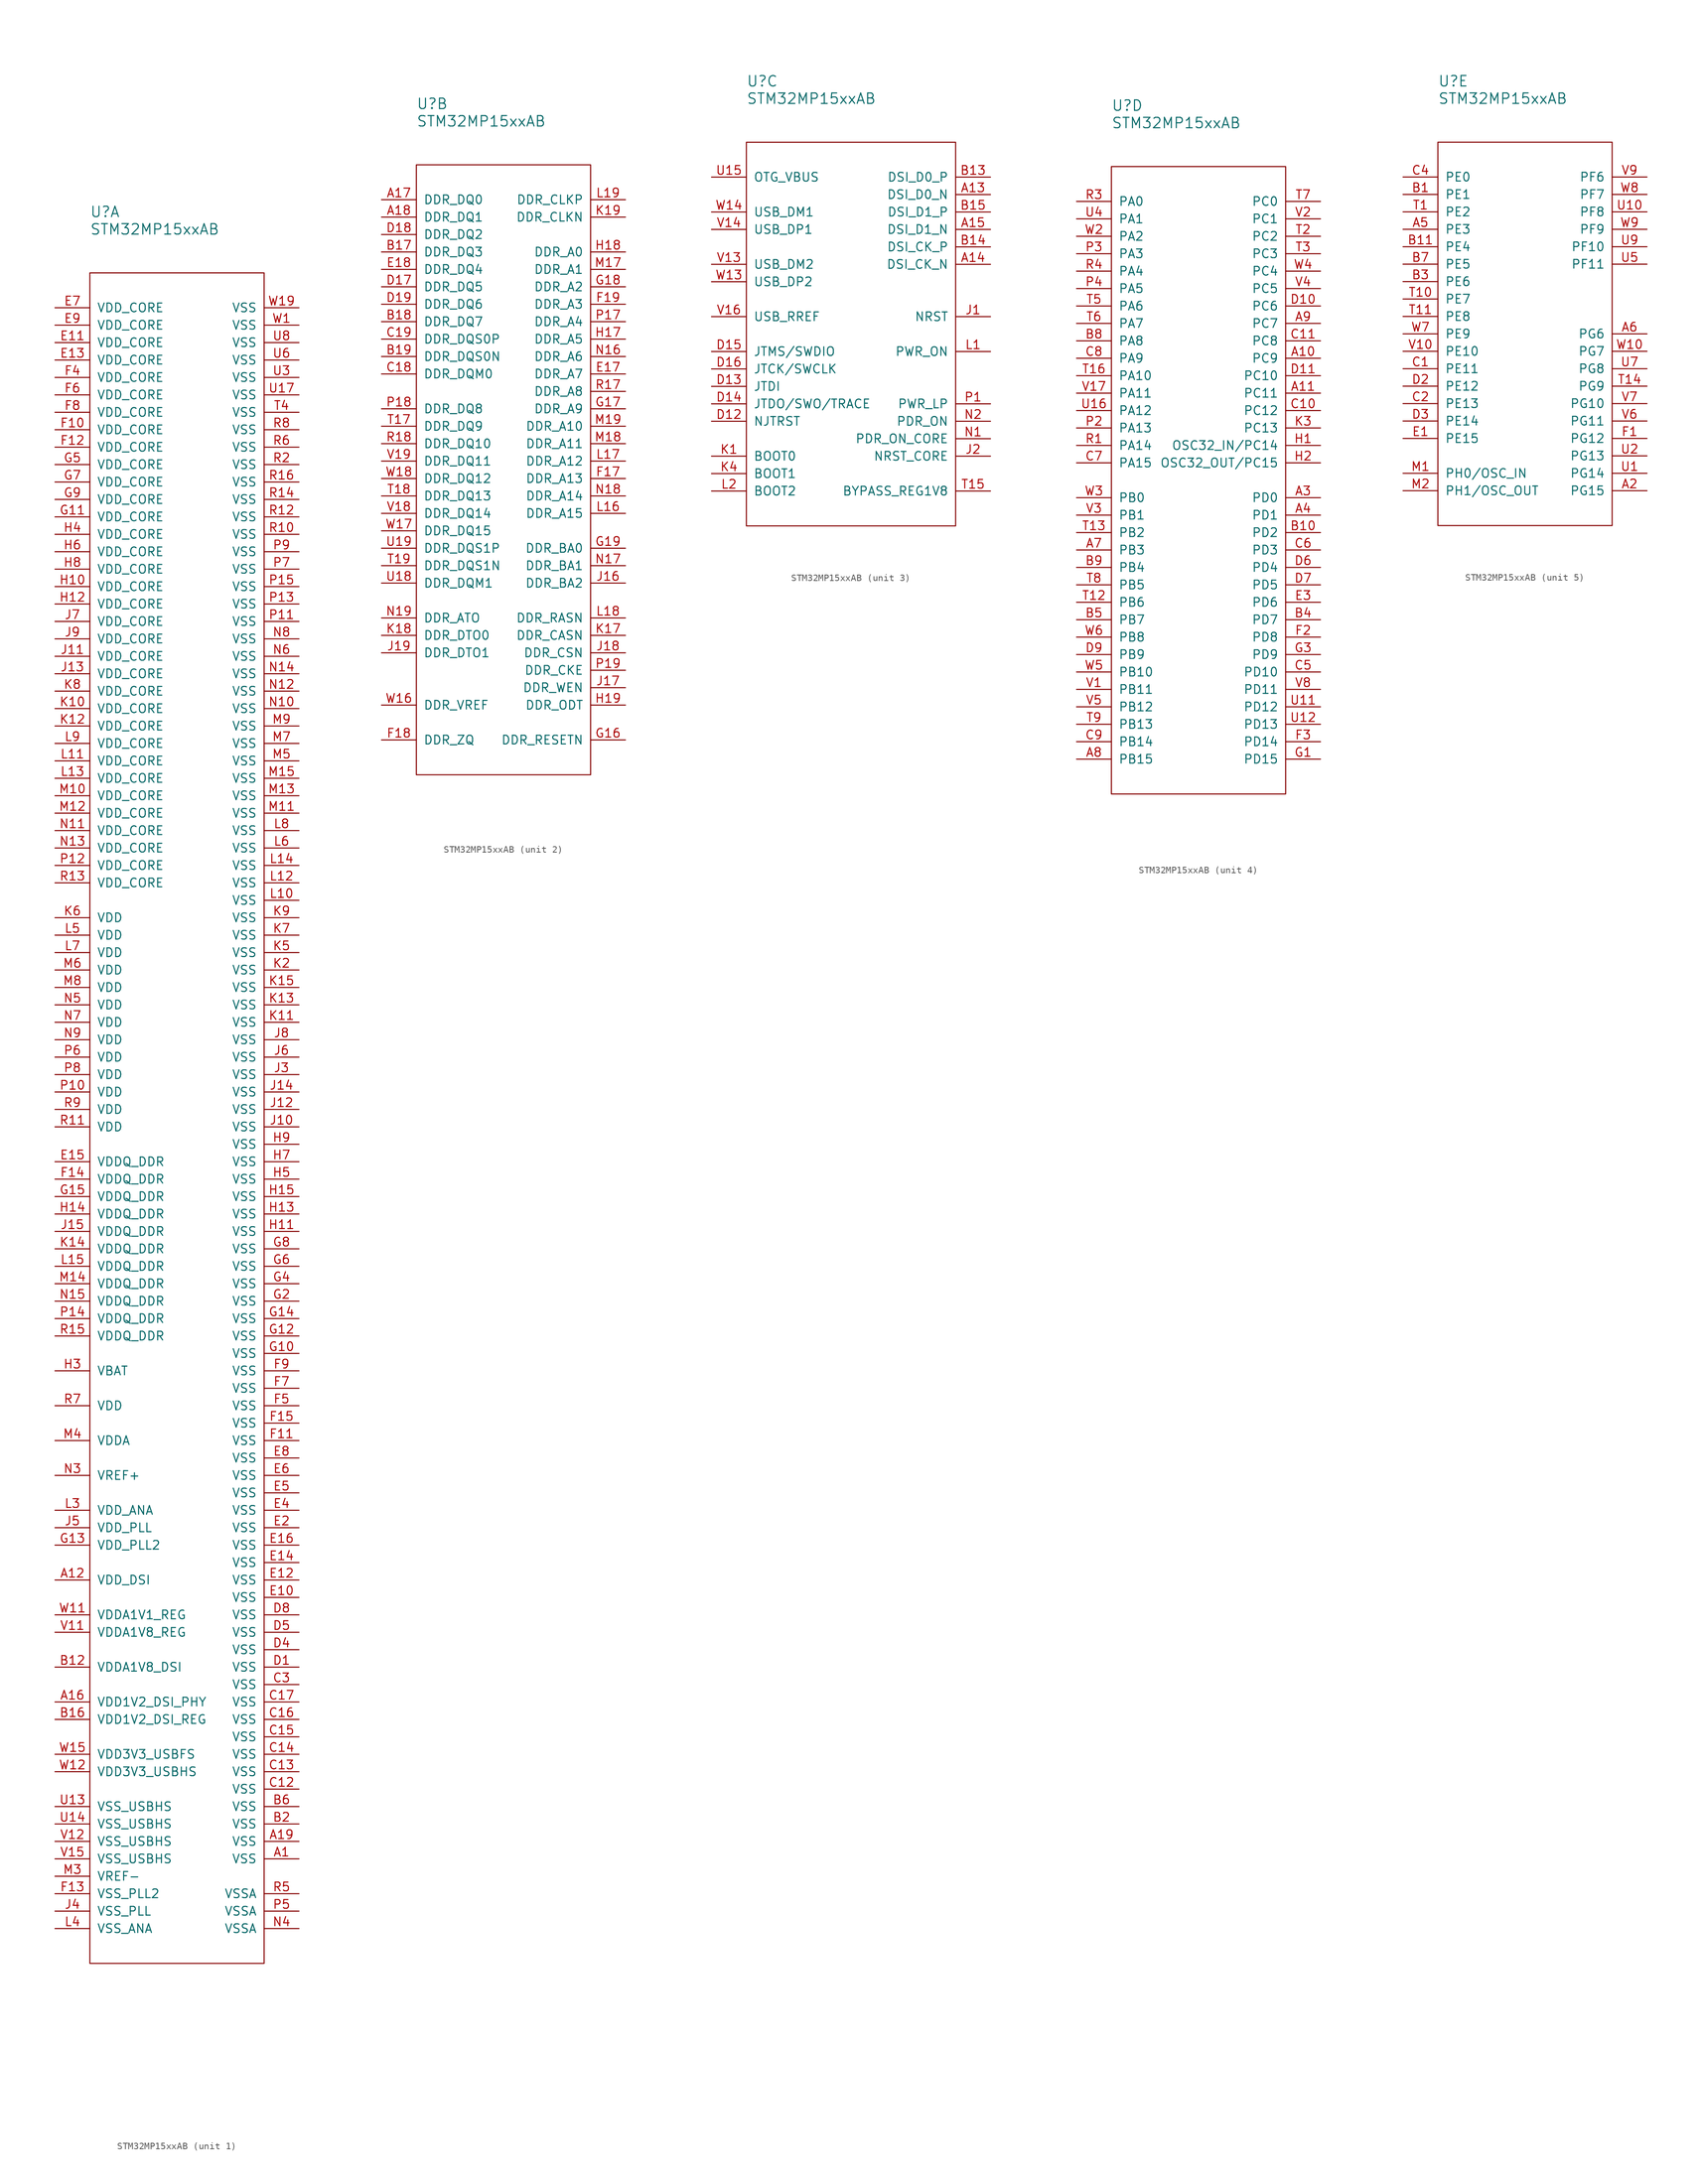
<source format=kicad_sym>
(kicad_symbol_lib
  (version 20211014)
  (generator kicad_symbol_editor)
  (symbol "STM32MP15xxAB"
    (pin_names
      (offset 1.016))
    (property "Reference" "U"
      (at 0 8.89 0)
      (effects (font (size 1.524 1.524)) (justify left)))
    (property "Value" "STM32MP15xxAB"
      (at 0 6.35 0)
      (effects (font (size 1.524 1.524)) (justify left)))
    (property "ki_locked" ""
      (at 0 0 0)
      (effects (font (size 1.27 1.27))))
    (symbol "STM32MP15xxAB_1_1"
      (rectangle (start 0 0) (end 25.4 -246.38) (stroke (width 0) (type default) (color 0 0 0 0)) (fill (type none)))
      (pin passive line (at 30.48 -231.14 180) (length 5.08) (name "VSS" (effects (font (size 1.27 1.27)))) (number "A1" (effects (font (size 1.27 1.27)))))
      (pin passive line (at -5.08 -190.5 0) (length 5.08) (name "VDD_DSI" (effects (font (size 1.27 1.27)))) (number "A12" (effects (font (size 1.27 1.27)))))
      (pin passive line (at -5.08 -208.28 0) (length 5.08) (name "VDD1V2_DSI_PHY" (effects (font (size 1.27 1.27)))) (number "A16" (effects (font (size 1.27 1.27)))))
      (pin passive line (at 30.48 -228.6 180) (length 5.08) (name "VSS" (effects (font (size 1.27 1.27)))) (number "A19" (effects (font (size 1.27 1.27)))))
      (pin passive line (at -5.08 -203.2 0) (length 5.08) (name "VDDA1V8_DSI" (effects (font (size 1.27 1.27)))) (number "B12" (effects (font (size 1.27 1.27)))))
      (pin passive line (at -5.08 -210.82 0) (length 5.08) (name "VDD1V2_DSI_REG" (effects (font (size 1.27 1.27)))) (number "B16" (effects (font (size 1.27 1.27)))))
      (pin passive line (at 30.48 -226.06 180) (length 5.08) (name "VSS" (effects (font (size 1.27 1.27)))) (number "B2" (effects (font (size 1.27 1.27)))))
      (pin passive line (at 30.48 -223.52 180) (length 5.08) (name "VSS" (effects (font (size 1.27 1.27)))) (number "B6" (effects (font (size 1.27 1.27)))))
      (pin passive line (at 30.48 -220.98 180) (length 5.08) (name "VSS" (effects (font (size 1.27 1.27)))) (number "C12" (effects (font (size 1.27 1.27)))))
      (pin passive line (at 30.48 -218.44 180) (length 5.08) (name "VSS" (effects (font (size 1.27 1.27)))) (number "C13" (effects (font (size 1.27 1.27)))))
      (pin passive line (at 30.48 -215.9 180) (length 5.08) (name "VSS" (effects (font (size 1.27 1.27)))) (number "C14" (effects (font (size 1.27 1.27)))))
      (pin passive line (at 30.48 -213.36 180) (length 5.08) (name "VSS" (effects (font (size 1.27 1.27)))) (number "C15" (effects (font (size 1.27 1.27)))))
      (pin passive line (at 30.48 -210.82 180) (length 5.08) (name "VSS" (effects (font (size 1.27 1.27)))) (number "C16" (effects (font (size 1.27 1.27)))))
      (pin passive line (at 30.48 -208.28 180) (length 5.08) (name "VSS" (effects (font (size 1.27 1.27)))) (number "C17" (effects (font (size 1.27 1.27)))))
      (pin passive line (at 30.48 -205.74 180) (length 5.08) (name "VSS" (effects (font (size 1.27 1.27)))) (number "C3" (effects (font (size 1.27 1.27)))))
      (pin passive line (at 30.48 -203.2 180) (length 5.08) (name "VSS" (effects (font (size 1.27 1.27)))) (number "D1" (effects (font (size 1.27 1.27)))))
      (pin passive line (at 30.48 -200.66 180) (length 5.08) (name "VSS" (effects (font (size 1.27 1.27)))) (number "D4" (effects (font (size 1.27 1.27)))))
      (pin passive line (at 30.48 -198.12 180) (length 5.08) (name "VSS" (effects (font (size 1.27 1.27)))) (number "D5" (effects (font (size 1.27 1.27)))))
      (pin passive line (at 30.48 -195.58 180) (length 5.08) (name "VSS" (effects (font (size 1.27 1.27)))) (number "D8" (effects (font (size 1.27 1.27)))))
      (pin passive line (at 30.48 -193.04 180) (length 5.08) (name "VSS" (effects (font (size 1.27 1.27)))) (number "E10" (effects (font (size 1.27 1.27)))))
      (pin passive line (at -5.08 -10.16 0) (length 5.08) (name "VDD_CORE" (effects (font (size 1.27 1.27)))) (number "E11" (effects (font (size 1.27 1.27)))))
      (pin passive line (at 30.48 -190.5 180) (length 5.08) (name "VSS" (effects (font (size 1.27 1.27)))) (number "E12" (effects (font (size 1.27 1.27)))))
      (pin passive line (at -5.08 -12.7 0) (length 5.08) (name "VDD_CORE" (effects (font (size 1.27 1.27)))) (number "E13" (effects (font (size 1.27 1.27)))))
      (pin passive line (at 30.48 -187.96 180) (length 5.08) (name "VSS" (effects (font (size 1.27 1.27)))) (number "E14" (effects (font (size 1.27 1.27)))))
      (pin passive line (at -5.08 -129.54 0) (length 5.08) (name "VDDQ_DDR" (effects (font (size 1.27 1.27)))) (number "E15" (effects (font (size 1.27 1.27)))))
      (pin passive line (at 30.48 -185.42 180) (length 5.08) (name "VSS" (effects (font (size 1.27 1.27)))) (number "E16" (effects (font (size 1.27 1.27)))))
      (pin passive line (at 30.48 -182.88 180) (length 5.08) (name "VSS" (effects (font (size 1.27 1.27)))) (number "E2" (effects (font (size 1.27 1.27)))))
      (pin passive line (at 30.48 -180.34 180) (length 5.08) (name "VSS" (effects (font (size 1.27 1.27)))) (number "E4" (effects (font (size 1.27 1.27)))))
      (pin passive line (at 30.48 -177.8 180) (length 5.08) (name "VSS" (effects (font (size 1.27 1.27)))) (number "E5" (effects (font (size 1.27 1.27)))))
      (pin passive line (at 30.48 -175.26 180) (length 5.08) (name "VSS" (effects (font (size 1.27 1.27)))) (number "E6" (effects (font (size 1.27 1.27)))))
      (pin passive line (at -5.08 -5.08 0) (length 5.08) (name "VDD_CORE" (effects (font (size 1.27 1.27)))) (number "E7" (effects (font (size 1.27 1.27)))))
      (pin passive line (at 30.48 -172.72 180) (length 5.08) (name "VSS" (effects (font (size 1.27 1.27)))) (number "E8" (effects (font (size 1.27 1.27)))))
      (pin passive line (at -5.08 -7.62 0) (length 5.08) (name "VDD_CORE" (effects (font (size 1.27 1.27)))) (number "E9" (effects (font (size 1.27 1.27)))))
      (pin passive line (at -5.08 -22.86 0) (length 5.08) (name "VDD_CORE" (effects (font (size 1.27 1.27)))) (number "F10" (effects (font (size 1.27 1.27)))))
      (pin passive line (at 30.48 -170.18 180) (length 5.08) (name "VSS" (effects (font (size 1.27 1.27)))) (number "F11" (effects (font (size 1.27 1.27)))))
      (pin passive line (at -5.08 -25.4 0) (length 5.08) (name "VDD_CORE" (effects (font (size 1.27 1.27)))) (number "F12" (effects (font (size 1.27 1.27)))))
      (pin passive line (at -5.08 -236.22 0) (length 5.08) (name "VSS_PLL2" (effects (font (size 1.27 1.27)))) (number "F13" (effects (font (size 1.27 1.27)))))
      (pin passive line (at -5.08 -132.08 0) (length 5.08) (name "VDDQ_DDR" (effects (font (size 1.27 1.27)))) (number "F14" (effects (font (size 1.27 1.27)))))
      (pin passive line (at 30.48 -167.64 180) (length 5.08) (name "VSS" (effects (font (size 1.27 1.27)))) (number "F15" (effects (font (size 1.27 1.27)))))
      (pin passive line (at -5.08 -15.24 0) (length 5.08) (name "VDD_CORE" (effects (font (size 1.27 1.27)))) (number "F4" (effects (font (size 1.27 1.27)))))
      (pin passive line (at 30.48 -165.1 180) (length 5.08) (name "VSS" (effects (font (size 1.27 1.27)))) (number "F5" (effects (font (size 1.27 1.27)))))
      (pin passive line (at -5.08 -17.78 0) (length 5.08) (name "VDD_CORE" (effects (font (size 1.27 1.27)))) (number "F6" (effects (font (size 1.27 1.27)))))
      (pin passive line (at 30.48 -162.56 180) (length 5.08) (name "VSS" (effects (font (size 1.27 1.27)))) (number "F7" (effects (font (size 1.27 1.27)))))
      (pin passive line (at -5.08 -20.32 0) (length 5.08) (name "VDD_CORE" (effects (font (size 1.27 1.27)))) (number "F8" (effects (font (size 1.27 1.27)))))
      (pin passive line (at 30.48 -160.02 180) (length 5.08) (name "VSS" (effects (font (size 1.27 1.27)))) (number "F9" (effects (font (size 1.27 1.27)))))
      (pin passive line (at 30.48 -157.48 180) (length 5.08) (name "VSS" (effects (font (size 1.27 1.27)))) (number "G10" (effects (font (size 1.27 1.27)))))
      (pin passive line (at -5.08 -35.56 0) (length 5.08) (name "VDD_CORE" (effects (font (size 1.27 1.27)))) (number "G11" (effects (font (size 1.27 1.27)))))
      (pin passive line (at 30.48 -154.94 180) (length 5.08) (name "VSS" (effects (font (size 1.27 1.27)))) (number "G12" (effects (font (size 1.27 1.27)))))
      (pin passive line (at -5.08 -185.42 0) (length 5.08) (name "VDD_PLL2" (effects (font (size 1.27 1.27)))) (number "G13" (effects (font (size 1.27 1.27)))))
      (pin passive line (at 30.48 -152.4 180) (length 5.08) (name "VSS" (effects (font (size 1.27 1.27)))) (number "G14" (effects (font (size 1.27 1.27)))))
      (pin passive line (at -5.08 -134.62 0) (length 5.08) (name "VDDQ_DDR" (effects (font (size 1.27 1.27)))) (number "G15" (effects (font (size 1.27 1.27)))))
      (pin passive line (at 30.48 -149.86 180) (length 5.08) (name "VSS" (effects (font (size 1.27 1.27)))) (number "G2" (effects (font (size 1.27 1.27)))))
      (pin passive line (at 30.48 -147.32 180) (length 5.08) (name "VSS" (effects (font (size 1.27 1.27)))) (number "G4" (effects (font (size 1.27 1.27)))))
      (pin passive line (at -5.08 -27.94 0) (length 5.08) (name "VDD_CORE" (effects (font (size 1.27 1.27)))) (number "G5" (effects (font (size 1.27 1.27)))))
      (pin passive line (at 30.48 -144.78 180) (length 5.08) (name "VSS" (effects (font (size 1.27 1.27)))) (number "G6" (effects (font (size 1.27 1.27)))))
      (pin passive line (at -5.08 -30.48 0) (length 5.08) (name "VDD_CORE" (effects (font (size 1.27 1.27)))) (number "G7" (effects (font (size 1.27 1.27)))))
      (pin passive line (at 30.48 -142.24 180) (length 5.08) (name "VSS" (effects (font (size 1.27 1.27)))) (number "G8" (effects (font (size 1.27 1.27)))))
      (pin passive line (at -5.08 -33.02 0) (length 5.08) (name "VDD_CORE" (effects (font (size 1.27 1.27)))) (number "G9" (effects (font (size 1.27 1.27)))))
      (pin passive line (at -5.08 -45.72 0) (length 5.08) (name "VDD_CORE" (effects (font (size 1.27 1.27)))) (number "H10" (effects (font (size 1.27 1.27)))))
      (pin passive line (at 30.48 -139.7 180) (length 5.08) (name "VSS" (effects (font (size 1.27 1.27)))) (number "H11" (effects (font (size 1.27 1.27)))))
      (pin passive line (at -5.08 -48.26 0) (length 5.08) (name "VDD_CORE" (effects (font (size 1.27 1.27)))) (number "H12" (effects (font (size 1.27 1.27)))))
      (pin passive line (at 30.48 -137.16 180) (length 5.08) (name "VSS" (effects (font (size 1.27 1.27)))) (number "H13" (effects (font (size 1.27 1.27)))))
      (pin passive line (at -5.08 -137.16 0) (length 5.08) (name "VDDQ_DDR" (effects (font (size 1.27 1.27)))) (number "H14" (effects (font (size 1.27 1.27)))))
      (pin passive line (at 30.48 -134.62 180) (length 5.08) (name "VSS" (effects (font (size 1.27 1.27)))) (number "H15" (effects (font (size 1.27 1.27)))))
      (pin passive line (at -5.08 -160.02 0) (length 5.08) (name "VBAT" (effects (font (size 1.27 1.27)))) (number "H3" (effects (font (size 1.27 1.27)))))
      (pin passive line (at -5.08 -38.1 0) (length 5.08) (name "VDD_CORE" (effects (font (size 1.27 1.27)))) (number "H4" (effects (font (size 1.27 1.27)))))
      (pin passive line (at 30.48 -132.08 180) (length 5.08) (name "VSS" (effects (font (size 1.27 1.27)))) (number "H5" (effects (font (size 1.27 1.27)))))
      (pin passive line (at -5.08 -40.64 0) (length 5.08) (name "VDD_CORE" (effects (font (size 1.27 1.27)))) (number "H6" (effects (font (size 1.27 1.27)))))
      (pin passive line (at 30.48 -129.54 180) (length 5.08) (name "VSS" (effects (font (size 1.27 1.27)))) (number "H7" (effects (font (size 1.27 1.27)))))
      (pin passive line (at -5.08 -43.18 0) (length 5.08) (name "VDD_CORE" (effects (font (size 1.27 1.27)))) (number "H8" (effects (font (size 1.27 1.27)))))
      (pin passive line (at 30.48 -127 180) (length 5.08) (name "VSS" (effects (font (size 1.27 1.27)))) (number "H9" (effects (font (size 1.27 1.27)))))
      (pin passive line (at 30.48 -124.46 180) (length 5.08) (name "VSS" (effects (font (size 1.27 1.27)))) (number "J10" (effects (font (size 1.27 1.27)))))
      (pin passive line (at -5.08 -55.88 0) (length 5.08) (name "VDD_CORE" (effects (font (size 1.27 1.27)))) (number "J11" (effects (font (size 1.27 1.27)))))
      (pin passive line (at 30.48 -121.92 180) (length 5.08) (name "VSS" (effects (font (size 1.27 1.27)))) (number "J12" (effects (font (size 1.27 1.27)))))
      (pin passive line (at -5.08 -58.42 0) (length 5.08) (name "VDD_CORE" (effects (font (size 1.27 1.27)))) (number "J13" (effects (font (size 1.27 1.27)))))
      (pin passive line (at 30.48 -119.38 180) (length 5.08) (name "VSS" (effects (font (size 1.27 1.27)))) (number "J14" (effects (font (size 1.27 1.27)))))
      (pin passive line (at -5.08 -139.7 0) (length 5.08) (name "VDDQ_DDR" (effects (font (size 1.27 1.27)))) (number "J15" (effects (font (size 1.27 1.27)))))
      (pin passive line (at 30.48 -116.84 180) (length 5.08) (name "VSS" (effects (font (size 1.27 1.27)))) (number "J3" (effects (font (size 1.27 1.27)))))
      (pin passive line (at -5.08 -238.76 0) (length 5.08) (name "VSS_PLL" (effects (font (size 1.27 1.27)))) (number "J4" (effects (font (size 1.27 1.27)))))
      (pin passive line (at -5.08 -182.88 0) (length 5.08) (name "VDD_PLL" (effects (font (size 1.27 1.27)))) (number "J5" (effects (font (size 1.27 1.27)))))
      (pin passive line (at 30.48 -114.3 180) (length 5.08) (name "VSS" (effects (font (size 1.27 1.27)))) (number "J6" (effects (font (size 1.27 1.27)))))
      (pin passive line (at -5.08 -50.8 0) (length 5.08) (name "VDD_CORE" (effects (font (size 1.27 1.27)))) (number "J7" (effects (font (size 1.27 1.27)))))
      (pin passive line (at 30.48 -111.76 180) (length 5.08) (name "VSS" (effects (font (size 1.27 1.27)))) (number "J8" (effects (font (size 1.27 1.27)))))
      (pin passive line (at -5.08 -53.34 0) (length 5.08) (name "VDD_CORE" (effects (font (size 1.27 1.27)))) (number "J9" (effects (font (size 1.27 1.27)))))
      (pin passive line (at -5.08 -63.5 0) (length 5.08) (name "VDD_CORE" (effects (font (size 1.27 1.27)))) (number "K10" (effects (font (size 1.27 1.27)))))
      (pin passive line (at 30.48 -109.22 180) (length 5.08) (name "VSS" (effects (font (size 1.27 1.27)))) (number "K11" (effects (font (size 1.27 1.27)))))
      (pin passive line (at -5.08 -66.04 0) (length 5.08) (name "VDD_CORE" (effects (font (size 1.27 1.27)))) (number "K12" (effects (font (size 1.27 1.27)))))
      (pin passive line (at 30.48 -106.68 180) (length 5.08) (name "VSS" (effects (font (size 1.27 1.27)))) (number "K13" (effects (font (size 1.27 1.27)))))
      (pin passive line (at -5.08 -142.24 0) (length 5.08) (name "VDDQ_DDR" (effects (font (size 1.27 1.27)))) (number "K14" (effects (font (size 1.27 1.27)))))
      (pin passive line (at 30.48 -104.14 180) (length 5.08) (name "VSS" (effects (font (size 1.27 1.27)))) (number "K15" (effects (font (size 1.27 1.27)))))
      (pin passive line (at 30.48 -101.6 180) (length 5.08) (name "VSS" (effects (font (size 1.27 1.27)))) (number "K2" (effects (font (size 1.27 1.27)))))
      (pin passive line (at 30.48 -99.06 180) (length 5.08) (name "VSS" (effects (font (size 1.27 1.27)))) (number "K5" (effects (font (size 1.27 1.27)))))
      (pin passive line (at -5.08 -93.98 0) (length 5.08) (name "VDD" (effects (font (size 1.27 1.27)))) (number "K6" (effects (font (size 1.27 1.27)))))
      (pin passive line (at 30.48 -96.52 180) (length 5.08) (name "VSS" (effects (font (size 1.27 1.27)))) (number "K7" (effects (font (size 1.27 1.27)))))
      (pin passive line (at -5.08 -60.96 0) (length 5.08) (name "VDD_CORE" (effects (font (size 1.27 1.27)))) (number "K8" (effects (font (size 1.27 1.27)))))
      (pin passive line (at 30.48 -93.98 180) (length 5.08) (name "VSS" (effects (font (size 1.27 1.27)))) (number "K9" (effects (font (size 1.27 1.27)))))
      (pin passive line (at 30.48 -91.44 180) (length 5.08) (name "VSS" (effects (font (size 1.27 1.27)))) (number "L10" (effects (font (size 1.27 1.27)))))
      (pin passive line (at -5.08 -71.12 0) (length 5.08) (name "VDD_CORE" (effects (font (size 1.27 1.27)))) (number "L11" (effects (font (size 1.27 1.27)))))
      (pin passive line (at 30.48 -88.9 180) (length 5.08) (name "VSS" (effects (font (size 1.27 1.27)))) (number "L12" (effects (font (size 1.27 1.27)))))
      (pin passive line (at -5.08 -73.66 0) (length 5.08) (name "VDD_CORE" (effects (font (size 1.27 1.27)))) (number "L13" (effects (font (size 1.27 1.27)))))
      (pin passive line (at 30.48 -86.36 180) (length 5.08) (name "VSS" (effects (font (size 1.27 1.27)))) (number "L14" (effects (font (size 1.27 1.27)))))
      (pin passive line (at -5.08 -144.78 0) (length 5.08) (name "VDDQ_DDR" (effects (font (size 1.27 1.27)))) (number "L15" (effects (font (size 1.27 1.27)))))
      (pin passive line (at -5.08 -180.34 0) (length 5.08) (name "VDD_ANA" (effects (font (size 1.27 1.27)))) (number "L3" (effects (font (size 1.27 1.27)))))
      (pin passive line (at -5.08 -241.3 0) (length 5.08) (name "VSS_ANA" (effects (font (size 1.27 1.27)))) (number "L4" (effects (font (size 1.27 1.27)))))
      (pin passive line (at -5.08 -96.52 0) (length 5.08) (name "VDD" (effects (font (size 1.27 1.27)))) (number "L5" (effects (font (size 1.27 1.27)))))
      (pin passive line (at 30.48 -83.82 180) (length 5.08) (name "VSS" (effects (font (size 1.27 1.27)))) (number "L6" (effects (font (size 1.27 1.27)))))
      (pin passive line (at -5.08 -99.06 0) (length 5.08) (name "VDD" (effects (font (size 1.27 1.27)))) (number "L7" (effects (font (size 1.27 1.27)))))
      (pin passive line (at 30.48 -81.28 180) (length 5.08) (name "VSS" (effects (font (size 1.27 1.27)))) (number "L8" (effects (font (size 1.27 1.27)))))
      (pin passive line (at -5.08 -68.58 0) (length 5.08) (name "VDD_CORE" (effects (font (size 1.27 1.27)))) (number "L9" (effects (font (size 1.27 1.27)))))
      (pin passive line (at -5.08 -76.2 0) (length 5.08) (name "VDD_CORE" (effects (font (size 1.27 1.27)))) (number "M10" (effects (font (size 1.27 1.27)))))
      (pin passive line (at 30.48 -78.74 180) (length 5.08) (name "VSS" (effects (font (size 1.27 1.27)))) (number "M11" (effects (font (size 1.27 1.27)))))
      (pin passive line (at -5.08 -78.74 0) (length 5.08) (name "VDD_CORE" (effects (font (size 1.27 1.27)))) (number "M12" (effects (font (size 1.27 1.27)))))
      (pin passive line (at 30.48 -76.2 180) (length 5.08) (name "VSS" (effects (font (size 1.27 1.27)))) (number "M13" (effects (font (size 1.27 1.27)))))
      (pin passive line (at -5.08 -147.32 0) (length 5.08) (name "VDDQ_DDR" (effects (font (size 1.27 1.27)))) (number "M14" (effects (font (size 1.27 1.27)))))
      (pin passive line (at 30.48 -73.66 180) (length 5.08) (name "VSS" (effects (font (size 1.27 1.27)))) (number "M15" (effects (font (size 1.27 1.27)))))
      (pin passive line (at -5.08 -233.68 0) (length 5.08) (name "VREF-" (effects (font (size 1.27 1.27)))) (number "M3" (effects (font (size 1.27 1.27)))))
      (pin passive line (at -5.08 -170.18 0) (length 5.08) (name "VDDA" (effects (font (size 1.27 1.27)))) (number "M4" (effects (font (size 1.27 1.27)))))
      (pin passive line (at 30.48 -71.12 180) (length 5.08) (name "VSS" (effects (font (size 1.27 1.27)))) (number "M5" (effects (font (size 1.27 1.27)))))
      (pin passive line (at -5.08 -101.6 0) (length 5.08) (name "VDD" (effects (font (size 1.27 1.27)))) (number "M6" (effects (font (size 1.27 1.27)))))
      (pin passive line (at 30.48 -68.58 180) (length 5.08) (name "VSS" (effects (font (size 1.27 1.27)))) (number "M7" (effects (font (size 1.27 1.27)))))
      (pin passive line (at -5.08 -104.14 0) (length 5.08) (name "VDD" (effects (font (size 1.27 1.27)))) (number "M8" (effects (font (size 1.27 1.27)))))
      (pin passive line (at 30.48 -66.04 180) (length 5.08) (name "VSS" (effects (font (size 1.27 1.27)))) (number "M9" (effects (font (size 1.27 1.27)))))
      (pin passive line (at 30.48 -63.5 180) (length 5.08) (name "VSS" (effects (font (size 1.27 1.27)))) (number "N10" (effects (font (size 1.27 1.27)))))
      (pin passive line (at -5.08 -81.28 0) (length 5.08) (name "VDD_CORE" (effects (font (size 1.27 1.27)))) (number "N11" (effects (font (size 1.27 1.27)))))
      (pin passive line (at 30.48 -60.96 180) (length 5.08) (name "VSS" (effects (font (size 1.27 1.27)))) (number "N12" (effects (font (size 1.27 1.27)))))
      (pin passive line (at -5.08 -83.82 0) (length 5.08) (name "VDD_CORE" (effects (font (size 1.27 1.27)))) (number "N13" (effects (font (size 1.27 1.27)))))
      (pin passive line (at 30.48 -58.42 180) (length 5.08) (name "VSS" (effects (font (size 1.27 1.27)))) (number "N14" (effects (font (size 1.27 1.27)))))
      (pin passive line (at -5.08 -149.86 0) (length 5.08) (name "VDDQ_DDR" (effects (font (size 1.27 1.27)))) (number "N15" (effects (font (size 1.27 1.27)))))
      (pin passive line (at -5.08 -175.26 0) (length 5.08) (name "VREF+" (effects (font (size 1.27 1.27)))) (number "N3" (effects (font (size 1.27 1.27)))))
      (pin passive line (at 30.48 -241.3 180) (length 5.08) (name "VSSA" (effects (font (size 1.27 1.27)))) (number "N4" (effects (font (size 1.27 1.27)))))
      (pin passive line (at -5.08 -106.68 0) (length 5.08) (name "VDD" (effects (font (size 1.27 1.27)))) (number "N5" (effects (font (size 1.27 1.27)))))
      (pin passive line (at 30.48 -55.88 180) (length 5.08) (name "VSS" (effects (font (size 1.27 1.27)))) (number "N6" (effects (font (size 1.27 1.27)))))
      (pin passive line (at -5.08 -109.22 0) (length 5.08) (name "VDD" (effects (font (size 1.27 1.27)))) (number "N7" (effects (font (size 1.27 1.27)))))
      (pin passive line (at 30.48 -53.34 180) (length 5.08) (name "VSS" (effects (font (size 1.27 1.27)))) (number "N8" (effects (font (size 1.27 1.27)))))
      (pin passive line (at -5.08 -111.76 0) (length 5.08) (name "VDD" (effects (font (size 1.27 1.27)))) (number "N9" (effects (font (size 1.27 1.27)))))
      (pin passive line (at -5.08 -119.38 0) (length 5.08) (name "VDD" (effects (font (size 1.27 1.27)))) (number "P10" (effects (font (size 1.27 1.27)))))
      (pin passive line (at 30.48 -50.8 180) (length 5.08) (name "VSS" (effects (font (size 1.27 1.27)))) (number "P11" (effects (font (size 1.27 1.27)))))
      (pin passive line (at -5.08 -86.36 0) (length 5.08) (name "VDD_CORE" (effects (font (size 1.27 1.27)))) (number "P12" (effects (font (size 1.27 1.27)))))
      (pin passive line (at 30.48 -48.26 180) (length 5.08) (name "VSS" (effects (font (size 1.27 1.27)))) (number "P13" (effects (font (size 1.27 1.27)))))
      (pin passive line (at -5.08 -152.4 0) (length 5.08) (name "VDDQ_DDR" (effects (font (size 1.27 1.27)))) (number "P14" (effects (font (size 1.27 1.27)))))
      (pin passive line (at 30.48 -45.72 180) (length 5.08) (name "VSS" (effects (font (size 1.27 1.27)))) (number "P15" (effects (font (size 1.27 1.27)))))
      (pin passive line (at 30.48 -238.76 180) (length 5.08) (name "VSSA" (effects (font (size 1.27 1.27)))) (number "P5" (effects (font (size 1.27 1.27)))))
      (pin passive line (at -5.08 -114.3 0) (length 5.08) (name "VDD" (effects (font (size 1.27 1.27)))) (number "P6" (effects (font (size 1.27 1.27)))))
      (pin passive line (at 30.48 -43.18 180) (length 5.08) (name "VSS" (effects (font (size 1.27 1.27)))) (number "P7" (effects (font (size 1.27 1.27)))))
      (pin passive line (at -5.08 -116.84 0) (length 5.08) (name "VDD" (effects (font (size 1.27 1.27)))) (number "P8" (effects (font (size 1.27 1.27)))))
      (pin passive line (at 30.48 -40.64 180) (length 5.08) (name "VSS" (effects (font (size 1.27 1.27)))) (number "P9" (effects (font (size 1.27 1.27)))))
      (pin passive line (at 30.48 -38.1 180) (length 5.08) (name "VSS" (effects (font (size 1.27 1.27)))) (number "R10" (effects (font (size 1.27 1.27)))))
      (pin passive line (at -5.08 -124.46 0) (length 5.08) (name "VDD" (effects (font (size 1.27 1.27)))) (number "R11" (effects (font (size 1.27 1.27)))))
      (pin passive line (at 30.48 -35.56 180) (length 5.08) (name "VSS" (effects (font (size 1.27 1.27)))) (number "R12" (effects (font (size 1.27 1.27)))))
      (pin passive line (at -5.08 -88.9 0) (length 5.08) (name "VDD_CORE" (effects (font (size 1.27 1.27)))) (number "R13" (effects (font (size 1.27 1.27)))))
      (pin passive line (at 30.48 -33.02 180) (length 5.08) (name "VSS" (effects (font (size 1.27 1.27)))) (number "R14" (effects (font (size 1.27 1.27)))))
      (pin passive line (at -5.08 -154.94 0) (length 5.08) (name "VDDQ_DDR" (effects (font (size 1.27 1.27)))) (number "R15" (effects (font (size 1.27 1.27)))))
      (pin passive line (at 30.48 -30.48 180) (length 5.08) (name "VSS" (effects (font (size 1.27 1.27)))) (number "R16" (effects (font (size 1.27 1.27)))))
      (pin passive line (at 30.48 -27.94 180) (length 5.08) (name "VSS" (effects (font (size 1.27 1.27)))) (number "R2" (effects (font (size 1.27 1.27)))))
      (pin passive line (at 30.48 -236.22 180) (length 5.08) (name "VSSA" (effects (font (size 1.27 1.27)))) (number "R5" (effects (font (size 1.27 1.27)))))
      (pin passive line (at 30.48 -25.4 180) (length 5.08) (name "VSS" (effects (font (size 1.27 1.27)))) (number "R6" (effects (font (size 1.27 1.27)))))
      (pin passive line (at -5.08 -165.1 0) (length 5.08) (name "VDD" (effects (font (size 1.27 1.27)))) (number "R7" (effects (font (size 1.27 1.27)))))
      (pin passive line (at 30.48 -22.86 180) (length 5.08) (name "VSS" (effects (font (size 1.27 1.27)))) (number "R8" (effects (font (size 1.27 1.27)))))
      (pin passive line (at -5.08 -121.92 0) (length 5.08) (name "VDD" (effects (font (size 1.27 1.27)))) (number "R9" (effects (font (size 1.27 1.27)))))
      (pin passive line (at 30.48 -20.32 180) (length 5.08) (name "VSS" (effects (font (size 1.27 1.27)))) (number "T4" (effects (font (size 1.27 1.27)))))
      (pin passive line (at -5.08 -223.52 0) (length 5.08) (name "VSS_USBHS" (effects (font (size 1.27 1.27)))) (number "U13" (effects (font (size 1.27 1.27)))))
      (pin passive line (at -5.08 -226.06 0) (length 5.08) (name "VSS_USBHS" (effects (font (size 1.27 1.27)))) (number "U14" (effects (font (size 1.27 1.27)))))
      (pin passive line (at 30.48 -17.78 180) (length 5.08) (name "VSS" (effects (font (size 1.27 1.27)))) (number "U17" (effects (font (size 1.27 1.27)))))
      (pin passive line (at 30.48 -15.24 180) (length 5.08) (name "VSS" (effects (font (size 1.27 1.27)))) (number "U3" (effects (font (size 1.27 1.27)))))
      (pin passive line (at 30.48 -12.7 180) (length 5.08) (name "VSS" (effects (font (size 1.27 1.27)))) (number "U6" (effects (font (size 1.27 1.27)))))
      (pin passive line (at 30.48 -10.16 180) (length 5.08) (name "VSS" (effects (font (size 1.27 1.27)))) (number "U8" (effects (font (size 1.27 1.27)))))
      (pin passive line (at -5.08 -198.12 0) (length 5.08) (name "VDDA1V8_REG" (effects (font (size 1.27 1.27)))) (number "V11" (effects (font (size 1.27 1.27)))))
      (pin passive line (at -5.08 -228.6 0) (length 5.08) (name "VSS_USBHS" (effects (font (size 1.27 1.27)))) (number "V12" (effects (font (size 1.27 1.27)))))
      (pin passive line (at -5.08 -231.14 0) (length 5.08) (name "VSS_USBHS" (effects (font (size 1.27 1.27)))) (number "V15" (effects (font (size 1.27 1.27)))))
      (pin passive line (at 30.48 -7.62 180) (length 5.08) (name "VSS" (effects (font (size 1.27 1.27)))) (number "W1" (effects (font (size 1.27 1.27)))))
      (pin passive line (at -5.08 -195.58 0) (length 5.08) (name "VDDA1V1_REG" (effects (font (size 1.27 1.27)))) (number "W11" (effects (font (size 1.27 1.27)))))
      (pin passive line (at -5.08 -218.44 0) (length 5.08) (name "VDD3V3_USBHS" (effects (font (size 1.27 1.27)))) (number "W12" (effects (font (size 1.27 1.27)))))
      (pin passive line (at -5.08 -215.9 0) (length 5.08) (name "VDD3V3_USBFS" (effects (font (size 1.27 1.27)))) (number "W15" (effects (font (size 1.27 1.27)))))
      (pin passive line (at 30.48 -5.08 180) (length 5.08) (name "VSS" (effects (font (size 1.27 1.27)))) (number "W19" (effects (font (size 1.27 1.27))))))
    (symbol "STM32MP15xxAB_2_1"
      (rectangle (start 0 0) (end 25.4 -88.9) (stroke (width 0) (type default) (color 0 0 0 0)) (fill (type none)))
      (pin passive line (at -5.08 -5.08 0) (length 5.08) (name "DDR_DQ0" (effects (font (size 1.27 1.27)))) (number "A17" (effects (font (size 1.27 1.27)))))
      (pin passive line (at -5.08 -7.62 0) (length 5.08) (name "DDR_DQ1" (effects (font (size 1.27 1.27)))) (number "A18" (effects (font (size 1.27 1.27)))))
      (pin passive line (at -5.08 -12.7 0) (length 5.08) (name "DDR_DQ3" (effects (font (size 1.27 1.27)))) (number "B17" (effects (font (size 1.27 1.27)))))
      (pin passive line (at -5.08 -22.86 0) (length 5.08) (name "DDR_DQ7" (effects (font (size 1.27 1.27)))) (number "B18" (effects (font (size 1.27 1.27)))))
      (pin passive line (at -5.08 -27.94 0) (length 5.08) (name "DDR_DQS0N" (effects (font (size 1.27 1.27)))) (number "B19" (effects (font (size 1.27 1.27)))))
      (pin passive line (at -5.08 -30.48 0) (length 5.08) (name "DDR_DQM0" (effects (font (size 1.27 1.27)))) (number "C18" (effects (font (size 1.27 1.27)))))
      (pin passive line (at -5.08 -25.4 0) (length 5.08) (name "DDR_DQS0P" (effects (font (size 1.27 1.27)))) (number "C19" (effects (font (size 1.27 1.27)))))
      (pin passive line (at -5.08 -17.78 0) (length 5.08) (name "DDR_DQ5" (effects (font (size 1.27 1.27)))) (number "D17" (effects (font (size 1.27 1.27)))))
      (pin passive line (at -5.08 -10.16 0) (length 5.08) (name "DDR_DQ2" (effects (font (size 1.27 1.27)))) (number "D18" (effects (font (size 1.27 1.27)))))
      (pin passive line (at -5.08 -20.32 0) (length 5.08) (name "DDR_DQ6" (effects (font (size 1.27 1.27)))) (number "D19" (effects (font (size 1.27 1.27)))))
      (pin passive line (at 30.48 -30.48 180) (length 5.08) (name "DDR_A7" (effects (font (size 1.27 1.27)))) (number "E17" (effects (font (size 1.27 1.27)))))
      (pin passive line (at -5.08 -15.24 0) (length 5.08) (name "DDR_DQ4" (effects (font (size 1.27 1.27)))) (number "E18" (effects (font (size 1.27 1.27)))))
      (pin passive line (at 30.48 -45.72 180) (length 5.08) (name "DDR_A13" (effects (font (size 1.27 1.27)))) (number "F17" (effects (font (size 1.27 1.27)))))
      (pin passive line (at -5.08 -83.82 0) (length 5.08) (name "DDR_ZQ" (effects (font (size 1.27 1.27)))) (number "F18" (effects (font (size 1.27 1.27)))))
      (pin passive line (at 30.48 -20.32 180) (length 5.08) (name "DDR_A3" (effects (font (size 1.27 1.27)))) (number "F19" (effects (font (size 1.27 1.27)))))
      (pin passive line (at 30.48 -83.82 180) (length 5.08) (name "DDR_RESETN" (effects (font (size 1.27 1.27)))) (number "G16" (effects (font (size 1.27 1.27)))))
      (pin passive line (at 30.48 -35.56 180) (length 5.08) (name "DDR_A9" (effects (font (size 1.27 1.27)))) (number "G17" (effects (font (size 1.27 1.27)))))
      (pin passive line (at 30.48 -17.78 180) (length 5.08) (name "DDR_A2" (effects (font (size 1.27 1.27)))) (number "G18" (effects (font (size 1.27 1.27)))))
      (pin passive line (at 30.48 -55.88 180) (length 5.08) (name "DDR_BA0" (effects (font (size 1.27 1.27)))) (number "G19" (effects (font (size 1.27 1.27)))))
      (pin passive line (at 30.48 -25.4 180) (length 5.08) (name "DDR_A5" (effects (font (size 1.27 1.27)))) (number "H17" (effects (font (size 1.27 1.27)))))
      (pin passive line (at 30.48 -12.7 180) (length 5.08) (name "DDR_A0" (effects (font (size 1.27 1.27)))) (number "H18" (effects (font (size 1.27 1.27)))))
      (pin passive line (at 30.48 -78.74 180) (length 5.08) (name "DDR_ODT" (effects (font (size 1.27 1.27)))) (number "H19" (effects (font (size 1.27 1.27)))))
      (pin passive line (at 30.48 -60.96 180) (length 5.08) (name "DDR_BA2" (effects (font (size 1.27 1.27)))) (number "J16" (effects (font (size 1.27 1.27)))))
      (pin passive line (at 30.48 -76.2 180) (length 5.08) (name "DDR_WEN" (effects (font (size 1.27 1.27)))) (number "J17" (effects (font (size 1.27 1.27)))))
      (pin passive line (at 30.48 -71.12 180) (length 5.08) (name "DDR_CSN" (effects (font (size 1.27 1.27)))) (number "J18" (effects (font (size 1.27 1.27)))))
      (pin passive line (at -5.08 -71.12 0) (length 5.08) (name "DDR_DTO1" (effects (font (size 1.27 1.27)))) (number "J19" (effects (font (size 1.27 1.27)))))
      (pin passive line (at 30.48 -68.58 180) (length 5.08) (name "DDR_CASN" (effects (font (size 1.27 1.27)))) (number "K17" (effects (font (size 1.27 1.27)))))
      (pin passive line (at -5.08 -68.58 0) (length 5.08) (name "DDR_DTO0" (effects (font (size 1.27 1.27)))) (number "K18" (effects (font (size 1.27 1.27)))))
      (pin passive line (at 30.48 -7.62 180) (length 5.08) (name "DDR_CLKN" (effects (font (size 1.27 1.27)))) (number "K19" (effects (font (size 1.27 1.27)))))
      (pin passive line (at 30.48 -50.8 180) (length 5.08) (name "DDR_A15" (effects (font (size 1.27 1.27)))) (number "L16" (effects (font (size 1.27 1.27)))))
      (pin passive line (at 30.48 -43.18 180) (length 5.08) (name "DDR_A12" (effects (font (size 1.27 1.27)))) (number "L17" (effects (font (size 1.27 1.27)))))
      (pin passive line (at 30.48 -66.04 180) (length 5.08) (name "DDR_RASN" (effects (font (size 1.27 1.27)))) (number "L18" (effects (font (size 1.27 1.27)))))
      (pin passive line (at 30.48 -5.08 180) (length 5.08) (name "DDR_CLKP" (effects (font (size 1.27 1.27)))) (number "L19" (effects (font (size 1.27 1.27)))))
      (pin passive line (at 30.48 -15.24 180) (length 5.08) (name "DDR_A1" (effects (font (size 1.27 1.27)))) (number "M17" (effects (font (size 1.27 1.27)))))
      (pin passive line (at 30.48 -40.64 180) (length 5.08) (name "DDR_A11" (effects (font (size 1.27 1.27)))) (number "M18" (effects (font (size 1.27 1.27)))))
      (pin passive line (at 30.48 -38.1 180) (length 5.08) (name "DDR_A10" (effects (font (size 1.27 1.27)))) (number "M19" (effects (font (size 1.27 1.27)))))
      (pin passive line (at 30.48 -27.94 180) (length 5.08) (name "DDR_A6" (effects (font (size 1.27 1.27)))) (number "N16" (effects (font (size 1.27 1.27)))))
      (pin passive line (at 30.48 -58.42 180) (length 5.08) (name "DDR_BA1" (effects (font (size 1.27 1.27)))) (number "N17" (effects (font (size 1.27 1.27)))))
      (pin passive line (at 30.48 -48.26 180) (length 5.08) (name "DDR_A14" (effects (font (size 1.27 1.27)))) (number "N18" (effects (font (size 1.27 1.27)))))
      (pin passive line (at -5.08 -66.04 0) (length 5.08) (name "DDR_ATO" (effects (font (size 1.27 1.27)))) (number "N19" (effects (font (size 1.27 1.27)))))
      (pin passive line (at 30.48 -22.86 180) (length 5.08) (name "DDR_A4" (effects (font (size 1.27 1.27)))) (number "P17" (effects (font (size 1.27 1.27)))))
      (pin passive line (at -5.08 -35.56 0) (length 5.08) (name "DDR_DQ8" (effects (font (size 1.27 1.27)))) (number "P18" (effects (font (size 1.27 1.27)))))
      (pin passive line (at 30.48 -73.66 180) (length 5.08) (name "DDR_CKE" (effects (font (size 1.27 1.27)))) (number "P19" (effects (font (size 1.27 1.27)))))
      (pin passive line (at 30.48 -33.02 180) (length 5.08) (name "DDR_A8" (effects (font (size 1.27 1.27)))) (number "R17" (effects (font (size 1.27 1.27)))))
      (pin passive line (at -5.08 -40.64 0) (length 5.08) (name "DDR_DQ10" (effects (font (size 1.27 1.27)))) (number "R18" (effects (font (size 1.27 1.27)))))
      (pin passive line (at -5.08 -38.1 0) (length 5.08) (name "DDR_DQ9" (effects (font (size 1.27 1.27)))) (number "T17" (effects (font (size 1.27 1.27)))))
      (pin passive line (at -5.08 -48.26 0) (length 5.08) (name "DDR_DQ13" (effects (font (size 1.27 1.27)))) (number "T18" (effects (font (size 1.27 1.27)))))
      (pin passive line (at -5.08 -58.42 0) (length 5.08) (name "DDR_DQS1N" (effects (font (size 1.27 1.27)))) (number "T19" (effects (font (size 1.27 1.27)))))
      (pin passive line (at -5.08 -60.96 0) (length 5.08) (name "DDR_DQM1" (effects (font (size 1.27 1.27)))) (number "U18" (effects (font (size 1.27 1.27)))))
      (pin passive line (at -5.08 -55.88 0) (length 5.08) (name "DDR_DQS1P" (effects (font (size 1.27 1.27)))) (number "U19" (effects (font (size 1.27 1.27)))))
      (pin passive line (at -5.08 -50.8 0) (length 5.08) (name "DDR_DQ14" (effects (font (size 1.27 1.27)))) (number "V18" (effects (font (size 1.27 1.27)))))
      (pin passive line (at -5.08 -43.18 0) (length 5.08) (name "DDR_DQ11" (effects (font (size 1.27 1.27)))) (number "V19" (effects (font (size 1.27 1.27)))))
      (pin passive line (at -5.08 -78.74 0) (length 5.08) (name "DDR_VREF" (effects (font (size 1.27 1.27)))) (number "W16" (effects (font (size 1.27 1.27)))))
      (pin passive line (at -5.08 -53.34 0) (length 5.08) (name "DDR_DQ15" (effects (font (size 1.27 1.27)))) (number "W17" (effects (font (size 1.27 1.27)))))
      (pin passive line (at -5.08 -45.72 0) (length 5.08) (name "DDR_DQ12" (effects (font (size 1.27 1.27)))) (number "W18" (effects (font (size 1.27 1.27))))))
    (symbol "STM32MP15xxAB_3_1"
      (rectangle (start 0 0) (end 30.48 -55.88) (stroke (width 0) (type default) (color 0 0 0 0)) (fill (type none)))
      (pin passive line (at 35.56 -7.62 180) (length 5.08) (name "DSI_D0_N" (effects (font (size 1.27 1.27)))) (number "A13" (effects (font (size 1.27 1.27)))))
      (pin passive line (at 35.56 -17.78 180) (length 5.08) (name "DSI_CK_N" (effects (font (size 1.27 1.27)))) (number "A14" (effects (font (size 1.27 1.27)))))
      (pin passive line (at 35.56 -12.7 180) (length 5.08) (name "DSI_D1_N" (effects (font (size 1.27 1.27)))) (number "A15" (effects (font (size 1.27 1.27)))))
      (pin passive line (at 35.56 -5.08 180) (length 5.08) (name "DSI_D0_P" (effects (font (size 1.27 1.27)))) (number "B13" (effects (font (size 1.27 1.27)))))
      (pin passive line (at 35.56 -15.24 180) (length 5.08) (name "DSI_CK_P" (effects (font (size 1.27 1.27)))) (number "B14" (effects (font (size 1.27 1.27)))))
      (pin passive line (at 35.56 -10.16 180) (length 5.08) (name "DSI_D1_P" (effects (font (size 1.27 1.27)))) (number "B15" (effects (font (size 1.27 1.27)))))
      (pin passive line (at -5.08 -40.64 0) (length 5.08) (name "NJTRST" (effects (font (size 1.27 1.27)))) (number "D12" (effects (font (size 1.27 1.27)))))
      (pin passive line (at -5.08 -35.56 0) (length 5.08) (name "JTDI" (effects (font (size 1.27 1.27)))) (number "D13" (effects (font (size 1.27 1.27)))))
      (pin passive line (at -5.08 -38.1 0) (length 5.08) (name "JTDO/SWO/TRACE" (effects (font (size 1.27 1.27)))) (number "D14" (effects (font (size 1.27 1.27)))))
      (pin passive line (at -5.08 -30.48 0) (length 5.08) (name "JTMS/SWDIO" (effects (font (size 1.27 1.27)))) (number "D15" (effects (font (size 1.27 1.27)))))
      (pin passive line (at -5.08 -33.02 0) (length 5.08) (name "JTCK/SWCLK" (effects (font (size 1.27 1.27)))) (number "D16" (effects (font (size 1.27 1.27)))))
      (pin passive line (at 35.56 -25.4 180) (length 5.08) (name "NRST" (effects (font (size 1.27 1.27)))) (number "J1" (effects (font (size 1.27 1.27)))))
      (pin passive line (at 35.56 -45.72 180) (length 5.08) (name "NRST_CORE" (effects (font (size 1.27 1.27)))) (number "J2" (effects (font (size 1.27 1.27)))))
      (pin passive line (at -5.08 -45.72 0) (length 5.08) (name "BOOT0" (effects (font (size 1.27 1.27)))) (number "K1" (effects (font (size 1.27 1.27)))))
      (pin passive line (at -5.08 -48.26 0) (length 5.08) (name "BOOT1" (effects (font (size 1.27 1.27)))) (number "K4" (effects (font (size 1.27 1.27)))))
      (pin passive line (at 35.56 -30.48 180) (length 5.08) (name "PWR_ON" (effects (font (size 1.27 1.27)))) (number "L1" (effects (font (size 1.27 1.27)))))
      (pin passive line (at -5.08 -50.8 0) (length 5.08) (name "BOOT2" (effects (font (size 1.27 1.27)))) (number "L2" (effects (font (size 1.27 1.27)))))
      (pin passive line (at 35.56 -43.18 180) (length 5.08) (name "PDR_ON_CORE" (effects (font (size 1.27 1.27)))) (number "N1" (effects (font (size 1.27 1.27)))))
      (pin passive line (at 35.56 -40.64 180) (length 5.08) (name "PDR_ON" (effects (font (size 1.27 1.27)))) (number "N2" (effects (font (size 1.27 1.27)))))
      (pin passive line (at 35.56 -38.1 180) (length 5.08) (name "PWR_LP" (effects (font (size 1.27 1.27)))) (number "P1" (effects (font (size 1.27 1.27)))))
      (pin passive line (at 35.56 -50.8 180) (length 5.08) (name "BYPASS_REG1V8" (effects (font (size 1.27 1.27)))) (number "T15" (effects (font (size 1.27 1.27)))))
      (pin passive line (at -5.08 -5.08 0) (length 5.08) (name "OTG_VBUS" (effects (font (size 1.27 1.27)))) (number "U15" (effects (font (size 1.27 1.27)))))
      (pin passive line (at -5.08 -17.78 0) (length 5.08) (name "USB_DM2" (effects (font (size 1.27 1.27)))) (number "V13" (effects (font (size 1.27 1.27)))))
      (pin passive line (at -5.08 -12.7 0) (length 5.08) (name "USB_DP1" (effects (font (size 1.27 1.27)))) (number "V14" (effects (font (size 1.27 1.27)))))
      (pin passive line (at -5.08 -25.4 0) (length 5.08) (name "USB_RREF" (effects (font (size 1.27 1.27)))) (number "V16" (effects (font (size 1.27 1.27)))))
      (pin passive line (at -5.08 -20.32 0) (length 5.08) (name "USB_DP2" (effects (font (size 1.27 1.27)))) (number "W13" (effects (font (size 1.27 1.27)))))
      (pin passive line (at -5.08 -10.16 0) (length 5.08) (name "USB_DM1" (effects (font (size 1.27 1.27)))) (number "W14" (effects (font (size 1.27 1.27))))))
    (symbol "STM32MP15xxAB_4_1"
      (rectangle (start 0 0) (end 25.4 -91.44) (stroke (width 0) (type default) (color 0 0 0 0)) (fill (type none)))
      (pin passive line (at 30.48 -27.94 180) (length 5.08) (name "PC9" (effects (font (size 1.27 1.27)))) (number "A10" (effects (font (size 1.27 1.27)))))
      (pin passive line (at 30.48 -33.02 180) (length 5.08) (name "PC11" (effects (font (size 1.27 1.27)))) (number "A11" (effects (font (size 1.27 1.27)))))
      (pin passive line (at 30.48 -48.26 180) (length 5.08) (name "PD0" (effects (font (size 1.27 1.27)))) (number "A3" (effects (font (size 1.27 1.27)))))
      (pin passive line (at 30.48 -50.8 180) (length 5.08) (name "PD1" (effects (font (size 1.27 1.27)))) (number "A4" (effects (font (size 1.27 1.27)))))
      (pin passive line (at -5.08 -55.88 0) (length 5.08) (name "PB3" (effects (font (size 1.27 1.27)))) (number "A7" (effects (font (size 1.27 1.27)))))
      (pin passive line (at -5.08 -86.36 0) (length 5.08) (name "PB15" (effects (font (size 1.27 1.27)))) (number "A8" (effects (font (size 1.27 1.27)))))
      (pin passive line (at 30.48 -22.86 180) (length 5.08) (name "PC7" (effects (font (size 1.27 1.27)))) (number "A9" (effects (font (size 1.27 1.27)))))
      (pin passive line (at 30.48 -53.34 180) (length 5.08) (name "PD2" (effects (font (size 1.27 1.27)))) (number "B10" (effects (font (size 1.27 1.27)))))
      (pin passive line (at 30.48 -66.04 180) (length 5.08) (name "PD7" (effects (font (size 1.27 1.27)))) (number "B4" (effects (font (size 1.27 1.27)))))
      (pin passive line (at -5.08 -66.04 0) (length 5.08) (name "PB7" (effects (font (size 1.27 1.27)))) (number "B5" (effects (font (size 1.27 1.27)))))
      (pin passive line (at -5.08 -25.4 0) (length 5.08) (name "PA8" (effects (font (size 1.27 1.27)))) (number "B8" (effects (font (size 1.27 1.27)))))
      (pin passive line (at -5.08 -58.42 0) (length 5.08) (name "PB4" (effects (font (size 1.27 1.27)))) (number "B9" (effects (font (size 1.27 1.27)))))
      (pin passive line (at 30.48 -35.56 180) (length 5.08) (name "PC12" (effects (font (size 1.27 1.27)))) (number "C10" (effects (font (size 1.27 1.27)))))
      (pin passive line (at 30.48 -25.4 180) (length 5.08) (name "PC8" (effects (font (size 1.27 1.27)))) (number "C11" (effects (font (size 1.27 1.27)))))
      (pin passive line (at 30.48 -73.66 180) (length 5.08) (name "PD10" (effects (font (size 1.27 1.27)))) (number "C5" (effects (font (size 1.27 1.27)))))
      (pin passive line (at 30.48 -55.88 180) (length 5.08) (name "PD3" (effects (font (size 1.27 1.27)))) (number "C6" (effects (font (size 1.27 1.27)))))
      (pin passive line (at -5.08 -43.18 0) (length 5.08) (name "PA15" (effects (font (size 1.27 1.27)))) (number "C7" (effects (font (size 1.27 1.27)))))
      (pin passive line (at -5.08 -27.94 0) (length 5.08) (name "PA9" (effects (font (size 1.27 1.27)))) (number "C8" (effects (font (size 1.27 1.27)))))
      (pin passive line (at -5.08 -83.82 0) (length 5.08) (name "PB14" (effects (font (size 1.27 1.27)))) (number "C9" (effects (font (size 1.27 1.27)))))
      (pin passive line (at 30.48 -20.32 180) (length 5.08) (name "PC6" (effects (font (size 1.27 1.27)))) (number "D10" (effects (font (size 1.27 1.27)))))
      (pin passive line (at 30.48 -30.48 180) (length 5.08) (name "PC10" (effects (font (size 1.27 1.27)))) (number "D11" (effects (font (size 1.27 1.27)))))
      (pin passive line (at 30.48 -58.42 180) (length 5.08) (name "PD4" (effects (font (size 1.27 1.27)))) (number "D6" (effects (font (size 1.27 1.27)))))
      (pin passive line (at 30.48 -60.96 180) (length 5.08) (name "PD5" (effects (font (size 1.27 1.27)))) (number "D7" (effects (font (size 1.27 1.27)))))
      (pin passive line (at -5.08 -71.12 0) (length 5.08) (name "PB9" (effects (font (size 1.27 1.27)))) (number "D9" (effects (font (size 1.27 1.27)))))
      (pin passive line (at 30.48 -63.5 180) (length 5.08) (name "PD6" (effects (font (size 1.27 1.27)))) (number "E3" (effects (font (size 1.27 1.27)))))
      (pin passive line (at 30.48 -68.58 180) (length 5.08) (name "PD8" (effects (font (size 1.27 1.27)))) (number "F2" (effects (font (size 1.27 1.27)))))
      (pin passive line (at 30.48 -83.82 180) (length 5.08) (name "PD14" (effects (font (size 1.27 1.27)))) (number "F3" (effects (font (size 1.27 1.27)))))
      (pin passive line (at 30.48 -86.36 180) (length 5.08) (name "PD15" (effects (font (size 1.27 1.27)))) (number "G1" (effects (font (size 1.27 1.27)))))
      (pin passive line (at 30.48 -71.12 180) (length 5.08) (name "PD9" (effects (font (size 1.27 1.27)))) (number "G3" (effects (font (size 1.27 1.27)))))
      (pin passive line (at 30.48 -40.64 180) (length 5.08) (name "OSC32_IN/PC14" (effects (font (size 1.27 1.27)))) (number "H1" (effects (font (size 1.27 1.27)))))
      (pin passive line (at 30.48 -43.18 180) (length 5.08) (name "OSC32_OUT/PC15" (effects (font (size 1.27 1.27)))) (number "H2" (effects (font (size 1.27 1.27)))))
      (pin passive line (at 30.48 -38.1 180) (length 5.08) (name "PC13" (effects (font (size 1.27 1.27)))) (number "K3" (effects (font (size 1.27 1.27)))))
      (pin passive line (at -5.08 -38.1 0) (length 5.08) (name "PA13" (effects (font (size 1.27 1.27)))) (number "P2" (effects (font (size 1.27 1.27)))))
      (pin passive line (at -5.08 -12.7 0) (length 5.08) (name "PA3" (effects (font (size 1.27 1.27)))) (number "P3" (effects (font (size 1.27 1.27)))))
      (pin passive line (at -5.08 -17.78 0) (length 5.08) (name "PA5" (effects (font (size 1.27 1.27)))) (number "P4" (effects (font (size 1.27 1.27)))))
      (pin passive line (at -5.08 -40.64 0) (length 5.08) (name "PA14" (effects (font (size 1.27 1.27)))) (number "R1" (effects (font (size 1.27 1.27)))))
      (pin passive line (at -5.08 -5.08 0) (length 5.08) (name "PA0" (effects (font (size 1.27 1.27)))) (number "R3" (effects (font (size 1.27 1.27)))))
      (pin passive line (at -5.08 -15.24 0) (length 5.08) (name "PA4" (effects (font (size 1.27 1.27)))) (number "R4" (effects (font (size 1.27 1.27)))))
      (pin passive line (at -5.08 -63.5 0) (length 5.08) (name "PB6" (effects (font (size 1.27 1.27)))) (number "T12" (effects (font (size 1.27 1.27)))))
      (pin passive line (at -5.08 -53.34 0) (length 5.08) (name "PB2" (effects (font (size 1.27 1.27)))) (number "T13" (effects (font (size 1.27 1.27)))))
      (pin passive line (at -5.08 -30.48 0) (length 5.08) (name "PA10" (effects (font (size 1.27 1.27)))) (number "T16" (effects (font (size 1.27 1.27)))))
      (pin passive line (at 30.48 -10.16 180) (length 5.08) (name "PC2" (effects (font (size 1.27 1.27)))) (number "T2" (effects (font (size 1.27 1.27)))))
      (pin passive line (at 30.48 -12.7 180) (length 5.08) (name "PC3" (effects (font (size 1.27 1.27)))) (number "T3" (effects (font (size 1.27 1.27)))))
      (pin passive line (at -5.08 -20.32 0) (length 5.08) (name "PA6" (effects (font (size 1.27 1.27)))) (number "T5" (effects (font (size 1.27 1.27)))))
      (pin passive line (at -5.08 -22.86 0) (length 5.08) (name "PA7" (effects (font (size 1.27 1.27)))) (number "T6" (effects (font (size 1.27 1.27)))))
      (pin passive line (at 30.48 -5.08 180) (length 5.08) (name "PC0" (effects (font (size 1.27 1.27)))) (number "T7" (effects (font (size 1.27 1.27)))))
      (pin passive line (at -5.08 -60.96 0) (length 5.08) (name "PB5" (effects (font (size 1.27 1.27)))) (number "T8" (effects (font (size 1.27 1.27)))))
      (pin passive line (at -5.08 -81.28 0) (length 5.08) (name "PB13" (effects (font (size 1.27 1.27)))) (number "T9" (effects (font (size 1.27 1.27)))))
      (pin passive line (at 30.48 -78.74 180) (length 5.08) (name "PD12" (effects (font (size 1.27 1.27)))) (number "U11" (effects (font (size 1.27 1.27)))))
      (pin passive line (at 30.48 -81.28 180) (length 5.08) (name "PD13" (effects (font (size 1.27 1.27)))) (number "U12" (effects (font (size 1.27 1.27)))))
      (pin passive line (at -5.08 -35.56 0) (length 5.08) (name "PA12" (effects (font (size 1.27 1.27)))) (number "U16" (effects (font (size 1.27 1.27)))))
      (pin passive line (at -5.08 -7.62 0) (length 5.08) (name "PA1" (effects (font (size 1.27 1.27)))) (number "U4" (effects (font (size 1.27 1.27)))))
      (pin passive line (at -5.08 -76.2 0) (length 5.08) (name "PB11" (effects (font (size 1.27 1.27)))) (number "V1" (effects (font (size 1.27 1.27)))))
      (pin passive line (at -5.08 -33.02 0) (length 5.08) (name "PA11" (effects (font (size 1.27 1.27)))) (number "V17" (effects (font (size 1.27 1.27)))))
      (pin passive line (at 30.48 -7.62 180) (length 5.08) (name "PC1" (effects (font (size 1.27 1.27)))) (number "V2" (effects (font (size 1.27 1.27)))))
      (pin passive line (at -5.08 -50.8 0) (length 5.08) (name "PB1" (effects (font (size 1.27 1.27)))) (number "V3" (effects (font (size 1.27 1.27)))))
      (pin passive line (at 30.48 -17.78 180) (length 5.08) (name "PC5" (effects (font (size 1.27 1.27)))) (number "V4" (effects (font (size 1.27 1.27)))))
      (pin passive line (at -5.08 -78.74 0) (length 5.08) (name "PB12" (effects (font (size 1.27 1.27)))) (number "V5" (effects (font (size 1.27 1.27)))))
      (pin passive line (at 30.48 -76.2 180) (length 5.08) (name "PD11" (effects (font (size 1.27 1.27)))) (number "V8" (effects (font (size 1.27 1.27)))))
      (pin passive line (at -5.08 -10.16 0) (length 5.08) (name "PA2" (effects (font (size 1.27 1.27)))) (number "W2" (effects (font (size 1.27 1.27)))))
      (pin passive line (at -5.08 -48.26 0) (length 5.08) (name "PB0" (effects (font (size 1.27 1.27)))) (number "W3" (effects (font (size 1.27 1.27)))))
      (pin passive line (at 30.48 -15.24 180) (length 5.08) (name "PC4" (effects (font (size 1.27 1.27)))) (number "W4" (effects (font (size 1.27 1.27)))))
      (pin passive line (at -5.08 -73.66 0) (length 5.08) (name "PB10" (effects (font (size 1.27 1.27)))) (number "W5" (effects (font (size 1.27 1.27)))))
      (pin passive line (at -5.08 -68.58 0) (length 5.08) (name "PB8" (effects (font (size 1.27 1.27)))) (number "W6" (effects (font (size 1.27 1.27))))))
    (symbol "STM32MP15xxAB_5_1"
      (rectangle (start 0 0) (end 25.4 -55.88) (stroke (width 0) (type default) (color 0 0 0 0)) (fill (type none)))
      (pin passive line (at 30.48 -50.8 180) (length 5.08) (name "PG15" (effects (font (size 1.27 1.27)))) (number "A2" (effects (font (size 1.27 1.27)))))
      (pin passive line (at -5.08 -12.7 0) (length 5.08) (name "PE3" (effects (font (size 1.27 1.27)))) (number "A5" (effects (font (size 1.27 1.27)))))
      (pin passive line (at 30.48 -27.94 180) (length 5.08) (name "PG6" (effects (font (size 1.27 1.27)))) (number "A6" (effects (font (size 1.27 1.27)))))
      (pin passive line (at -5.08 -7.62 0) (length 5.08) (name "PE1" (effects (font (size 1.27 1.27)))) (number "B1" (effects (font (size 1.27 1.27)))))
      (pin passive line (at -5.08 -15.24 0) (length 5.08) (name "PE4" (effects (font (size 1.27 1.27)))) (number "B11" (effects (font (size 1.27 1.27)))))
      (pin passive line (at -5.08 -20.32 0) (length 5.08) (name "PE6" (effects (font (size 1.27 1.27)))) (number "B3" (effects (font (size 1.27 1.27)))))
      (pin passive line (at -5.08 -17.78 0) (length 5.08) (name "PE5" (effects (font (size 1.27 1.27)))) (number "B7" (effects (font (size 1.27 1.27)))))
      (pin passive line (at -5.08 -33.02 0) (length 5.08) (name "PE11" (effects (font (size 1.27 1.27)))) (number "C1" (effects (font (size 1.27 1.27)))))
      (pin passive line (at -5.08 -38.1 0) (length 5.08) (name "PE13" (effects (font (size 1.27 1.27)))) (number "C2" (effects (font (size 1.27 1.27)))))
      (pin passive line (at -5.08 -5.08 0) (length 5.08) (name "PE0" (effects (font (size 1.27 1.27)))) (number "C4" (effects (font (size 1.27 1.27)))))
      (pin passive line (at -5.08 -35.56 0) (length 5.08) (name "PE12" (effects (font (size 1.27 1.27)))) (number "D2" (effects (font (size 1.27 1.27)))))
      (pin passive line (at -5.08 -40.64 0) (length 5.08) (name "PE14" (effects (font (size 1.27 1.27)))) (number "D3" (effects (font (size 1.27 1.27)))))
      (pin passive line (at -5.08 -43.18 0) (length 5.08) (name "PE15" (effects (font (size 1.27 1.27)))) (number "E1" (effects (font (size 1.27 1.27)))))
      (pin passive line (at 30.48 -43.18 180) (length 5.08) (name "PG12" (effects (font (size 1.27 1.27)))) (number "F1" (effects (font (size 1.27 1.27)))))
      (pin passive line (at -5.08 -48.26 0) (length 5.08) (name "PH0/OSC_IN" (effects (font (size 1.27 1.27)))) (number "M1" (effects (font (size 1.27 1.27)))))
      (pin passive line (at -5.08 -50.8 0) (length 5.08) (name "PH1/OSC_OUT" (effects (font (size 1.27 1.27)))) (number "M2" (effects (font (size 1.27 1.27)))))
      (pin passive line (at -5.08 -10.16 0) (length 5.08) (name "PE2" (effects (font (size 1.27 1.27)))) (number "T1" (effects (font (size 1.27 1.27)))))
      (pin passive line (at -5.08 -22.86 0) (length 5.08) (name "PE7" (effects (font (size 1.27 1.27)))) (number "T10" (effects (font (size 1.27 1.27)))))
      (pin passive line (at -5.08 -25.4 0) (length 5.08) (name "PE8" (effects (font (size 1.27 1.27)))) (number "T11" (effects (font (size 1.27 1.27)))))
      (pin passive line (at 30.48 -35.56 180) (length 5.08) (name "PG9" (effects (font (size 1.27 1.27)))) (number "T14" (effects (font (size 1.27 1.27)))))
      (pin passive line (at 30.48 -48.26 180) (length 5.08) (name "PG14" (effects (font (size 1.27 1.27)))) (number "U1" (effects (font (size 1.27 1.27)))))
      (pin passive line (at 30.48 -10.16 180) (length 5.08) (name "PF8" (effects (font (size 1.27 1.27)))) (number "U10" (effects (font (size 1.27 1.27)))))
      (pin passive line (at 30.48 -45.72 180) (length 5.08) (name "PG13" (effects (font (size 1.27 1.27)))) (number "U2" (effects (font (size 1.27 1.27)))))
      (pin passive line (at 30.48 -17.78 180) (length 5.08) (name "PF11" (effects (font (size 1.27 1.27)))) (number "U5" (effects (font (size 1.27 1.27)))))
      (pin passive line (at 30.48 -33.02 180) (length 5.08) (name "PG8" (effects (font (size 1.27 1.27)))) (number "U7" (effects (font (size 1.27 1.27)))))
      (pin passive line (at 30.48 -15.24 180) (length 5.08) (name "PF10" (effects (font (size 1.27 1.27)))) (number "U9" (effects (font (size 1.27 1.27)))))
      (pin passive line (at -5.08 -30.48 0) (length 5.08) (name "PE10" (effects (font (size 1.27 1.27)))) (number "V10" (effects (font (size 1.27 1.27)))))
      (pin passive line (at 30.48 -40.64 180) (length 5.08) (name "PG11" (effects (font (size 1.27 1.27)))) (number "V6" (effects (font (size 1.27 1.27)))))
      (pin passive line (at 30.48 -38.1 180) (length 5.08) (name "PG10" (effects (font (size 1.27 1.27)))) (number "V7" (effects (font (size 1.27 1.27)))))
      (pin passive line (at 30.48 -5.08 180) (length 5.08) (name "PF6" (effects (font (size 1.27 1.27)))) (number "V9" (effects (font (size 1.27 1.27)))))
      (pin passive line (at 30.48 -30.48 180) (length 5.08) (name "PG7" (effects (font (size 1.27 1.27)))) (number "W10" (effects (font (size 1.27 1.27)))))
      (pin passive line (at -5.08 -27.94 0) (length 5.08) (name "PE9" (effects (font (size 1.27 1.27)))) (number "W7" (effects (font (size 1.27 1.27)))))
      (pin passive line (at 30.48 -7.62 180) (length 5.08) (name "PF7" (effects (font (size 1.27 1.27)))) (number "W8" (effects (font (size 1.27 1.27)))))
      (pin passive line (at 30.48 -12.7 180) (length 5.08) (name "PF9" (effects (font (size 1.27 1.27)))) (number "W9" (effects (font (size 1.27 1.27))))))))
</source>
